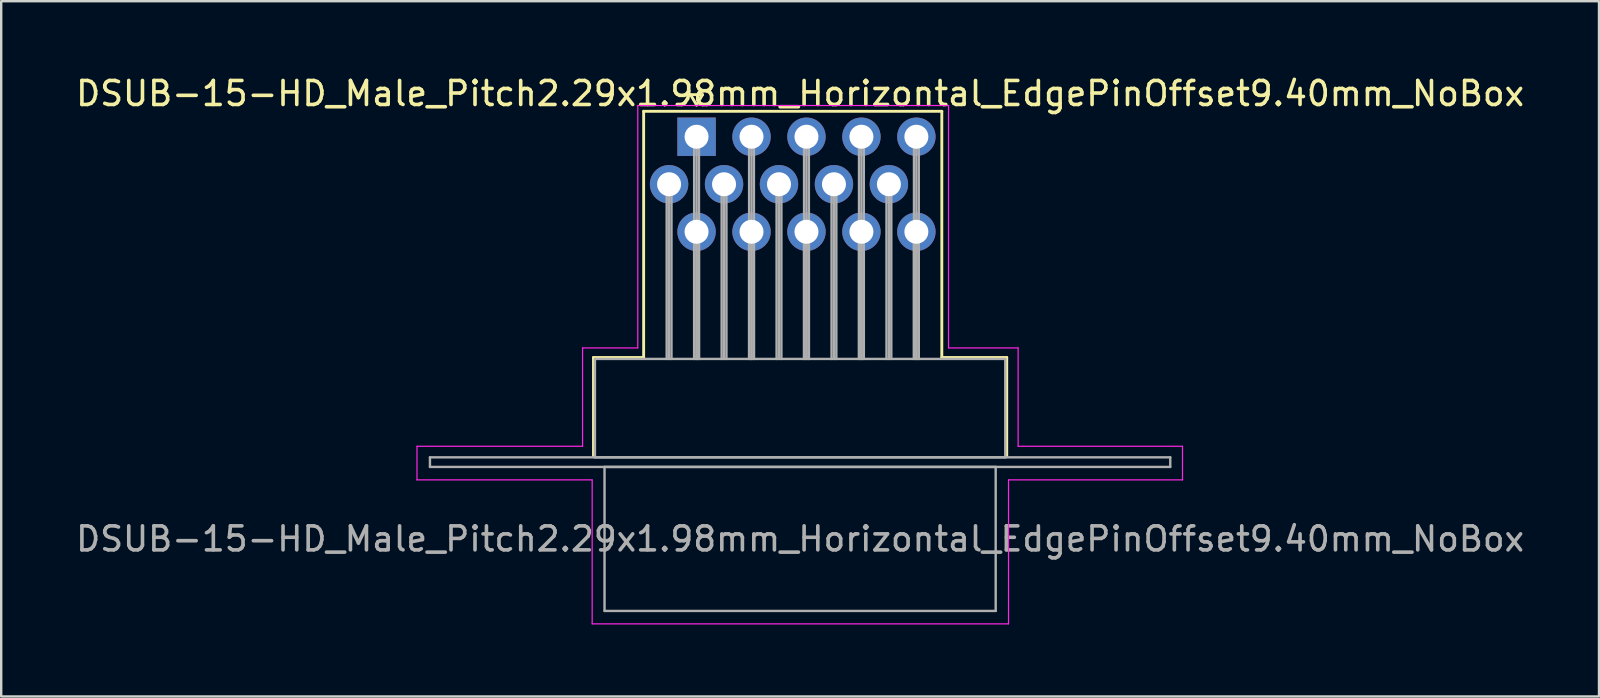
<source format=kicad_pcb>
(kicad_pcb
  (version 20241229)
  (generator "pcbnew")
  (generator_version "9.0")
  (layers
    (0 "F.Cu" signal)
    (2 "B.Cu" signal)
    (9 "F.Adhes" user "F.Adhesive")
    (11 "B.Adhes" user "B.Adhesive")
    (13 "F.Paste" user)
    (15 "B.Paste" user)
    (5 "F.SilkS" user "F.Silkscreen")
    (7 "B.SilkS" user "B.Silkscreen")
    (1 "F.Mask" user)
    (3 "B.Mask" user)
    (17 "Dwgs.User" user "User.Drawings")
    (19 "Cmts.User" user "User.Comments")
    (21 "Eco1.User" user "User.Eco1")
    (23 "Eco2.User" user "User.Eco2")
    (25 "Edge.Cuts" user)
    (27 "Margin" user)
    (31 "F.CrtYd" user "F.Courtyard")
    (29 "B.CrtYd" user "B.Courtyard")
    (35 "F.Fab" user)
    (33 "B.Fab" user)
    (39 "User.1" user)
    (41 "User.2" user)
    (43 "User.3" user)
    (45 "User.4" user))
  (footprint "DSUB-15-HD_Male_Pitch2.29x1.98mm_Horizontal_EdgePinOffset9.40mm_NoBox"
    (layer "F.Cu")
    (at 25.977 2.648)
    (property "Reference" "DSUB-15-HD_Male_Pitch2.29x1.98mm_Horizontal_EdgePinOffset9.40mm_NoBox" (at 4.315 -1.8 0) (layer "F.SilkS") (effects (font (size 1 1) (thickness 0.15))))
    (attr through_hole)
    (fp_line (start -4.295 9.2) (end -2.205 9.2) (stroke (width 0.12) (type solid)) (layer "F.SilkS"))
    (fp_line (start -4.295 13.3) (end -4.295 9.2) (stroke (width 0.12) (type solid)) (layer "F.SilkS"))
    (fp_line (start -2.205 -1.06) (end 10.22 -1.06) (stroke (width 0.12) (type solid)) (layer "F.SilkS"))
    (fp_line (start -2.205 9.2) (end -2.205 -1.06) (stroke (width 0.12) (type solid)) (layer "F.SilkS"))
    (fp_line (start -0.25 -1.754) (end 0.25 -1.754) (stroke (width 0.12) (type solid)) (layer "F.SilkS"))
    (fp_line (start 0 -1.321) (end -0.25 -1.754) (stroke (width 0.12) (type solid)) (layer "F.SilkS"))
    (fp_line (start 0.25 -1.754) (end 0 -1.321) (stroke (width 0.12) (type solid)) (layer "F.SilkS"))
    (fp_line (start 10.22 -1.06) (end 10.22 9.2) (stroke (width 0.12) (type solid)) (layer "F.SilkS"))
    (fp_line (start 10.22 9.2) (end 12.925 9.2) (stroke (width 0.12) (type solid)) (layer "F.SilkS"))
    (fp_line (start 12.925 9.2) (end 12.925 13.3) (stroke (width 0.12) (type solid)) (layer "F.SilkS"))
    (fp_line (start -11.65 12.9) (end -4.75 12.9) (stroke (width 0.05) (type solid)) (layer "F.CrtYd"))
    (fp_line (start -11.65 14.3) (end -11.65 12.9) (stroke (width 0.05) (type solid)) (layer "F.CrtYd"))
    (fp_line (start -4.75 8.8) (end -2.45 8.8) (stroke (width 0.05) (type solid)) (layer "F.CrtYd"))
    (fp_line (start -4.75 12.9) (end -4.75 8.8) (stroke (width 0.05) (type solid)) (layer "F.CrtYd"))
    (fp_line (start -4.35 14.3) (end -11.65 14.3) (stroke (width 0.05) (type solid)) (layer "F.CrtYd"))
    (fp_line (start -4.35 20.3) (end -4.35 14.3) (stroke (width 0.05) (type solid)) (layer "F.CrtYd"))
    (fp_line (start -2.45 -1.3) (end 10.5 -1.3) (stroke (width 0.05) (type solid)) (layer "F.CrtYd"))
    (fp_line (start -2.45 8.8) (end -2.45 -1.3) (stroke (width 0.05) (type solid)) (layer "F.CrtYd"))
    (fp_line (start 10.5 -1.3) (end 10.5 8.8) (stroke (width 0.05) (type solid)) (layer "F.CrtYd"))
    (fp_line (start 10.5 8.8) (end 13.4 8.8) (stroke (width 0.05) (type solid)) (layer "F.CrtYd"))
    (fp_line (start 13 14.3) (end 13 20.3) (stroke (width 0.05) (type solid)) (layer "F.CrtYd"))
    (fp_line (start 13 20.3) (end -4.35 20.3) (stroke (width 0.05) (type solid)) (layer "F.CrtYd"))
    (fp_line (start 13.4 8.8) (end 13.4 12.9) (stroke (width 0.05) (type solid)) (layer "F.CrtYd"))
    (fp_line (start 13.4 12.9) (end 20.25 12.9) (stroke (width 0.05) (type solid)) (layer "F.CrtYd"))
    (fp_line (start 20.25 12.9) (end 20.25 14.3) (stroke (width 0.05) (type solid)) (layer "F.CrtYd"))
    (fp_line (start 20.25 14.3) (end 13 14.3) (stroke (width 0.05) (type solid)) (layer "F.CrtYd"))
    (fp_line (start -11.11 13.36) (end -11.11 13.76) (stroke (width 0.1) (type solid)) (layer "F.Fab"))
    (fp_line (start -11.11 13.76) (end 19.74 13.76) (stroke (width 0.1) (type solid)) (layer "F.Fab"))
    (fp_line (start -4.235 9.26) (end -4.235 13.36) (stroke (width 0.1) (type solid)) (layer "F.Fab"))
    (fp_line (start -4.235 13.36) (end 12.865 13.36) (stroke (width 0.1) (type solid)) (layer "F.Fab"))
    (fp_line (start -3.835 13.76) (end -3.835 19.76) (stroke (width 0.1) (type solid)) (layer "F.Fab"))
    (fp_line (start -3.835 19.76) (end 12.465 19.76) (stroke (width 0.1) (type solid)) (layer "F.Fab"))
    (fp_line (start -1.245 1.98) (end -1.245 9.26) (stroke (width 0.1) (type solid)) (layer "F.Fab"))
    (fp_line (start -1.145 1.98) (end -1.145 9.26) (stroke (width 0.1) (type solid)) (layer "F.Fab"))
    (fp_line (start -1.045 1.98) (end -1.045 9.26) (stroke (width 0.1) (type solid)) (layer "F.Fab"))
    (fp_line (start -0.1 0) (end -0.1 9.26) (stroke (width 0.1) (type solid)) (layer "F.Fab"))
    (fp_line (start -0.1 3.96) (end -0.1 9.26) (stroke (width 0.1) (type solid)) (layer "F.Fab"))
    (fp_line (start 0 0) (end 0 9.26) (stroke (width 0.1) (type solid)) (layer "F.Fab"))
    (fp_line (start 0 3.96) (end 0 9.26) (stroke (width 0.1) (type solid)) (layer "F.Fab"))
    (fp_line (start 0.1 0) (end 0.1 9.26) (stroke (width 0.1) (type solid)) (layer "F.Fab"))
    (fp_line (start 0.1 3.96) (end 0.1 9.26) (stroke (width 0.1) (type solid)) (layer "F.Fab"))
    (fp_line (start 1.045 1.98) (end 1.045 9.26) (stroke (width 0.1) (type solid)) (layer "F.Fab"))
    (fp_line (start 1.145 1.98) (end 1.145 9.26) (stroke (width 0.1) (type solid)) (layer "F.Fab"))
    (fp_line (start 1.245 1.98) (end 1.245 9.26) (stroke (width 0.1) (type solid)) (layer "F.Fab"))
    (fp_line (start 2.19 0) (end 2.19 9.26) (stroke (width 0.1) (type solid)) (layer "F.Fab"))
    (fp_line (start 2.19 3.96) (end 2.19 9.26) (stroke (width 0.1) (type solid)) (layer "F.Fab"))
    (fp_line (start 2.29 0) (end 2.29 9.26) (stroke (width 0.1) (type solid)) (layer "F.Fab"))
    (fp_line (start 2.29 3.96) (end 2.29 9.26) (stroke (width 0.1) (type solid)) (layer "F.Fab"))
    (fp_line (start 2.39 0) (end 2.39 9.26) (stroke (width 0.1) (type solid)) (layer "F.Fab"))
    (fp_line (start 2.39 3.96) (end 2.39 9.26) (stroke (width 0.1) (type solid)) (layer "F.Fab"))
    (fp_line (start 3.335 1.98) (end 3.335 9.26) (stroke (width 0.1) (type solid)) (layer "F.Fab"))
    (fp_line (start 3.435 1.98) (end 3.435 9.26) (stroke (width 0.1) (type solid)) (layer "F.Fab"))
    (fp_line (start 3.535 1.98) (end 3.535 9.26) (stroke (width 0.1) (type solid)) (layer "F.Fab"))
    (fp_line (start 4.48 0) (end 4.48 9.26) (stroke (width 0.1) (type solid)) (layer "F.Fab"))
    (fp_line (start 4.48 3.96) (end 4.48 9.26) (stroke (width 0.1) (type solid)) (layer "F.Fab"))
    (fp_line (start 4.58 0) (end 4.58 9.26) (stroke (width 0.1) (type solid)) (layer "F.Fab"))
    (fp_line (start 4.58 3.96) (end 4.58 9.26) (stroke (width 0.1) (type solid)) (layer "F.Fab"))
    (fp_line (start 4.68 0) (end 4.68 9.26) (stroke (width 0.1) (type solid)) (layer "F.Fab"))
    (fp_line (start 4.68 3.96) (end 4.68 9.26) (stroke (width 0.1) (type solid)) (layer "F.Fab"))
    (fp_line (start 5.625 1.98) (end 5.625 9.26) (stroke (width 0.1) (type solid)) (layer "F.Fab"))
    (fp_line (start 5.725 1.98) (end 5.725 9.26) (stroke (width 0.1) (type solid)) (layer "F.Fab"))
    (fp_line (start 5.825 1.98) (end 5.825 9.26) (stroke (width 0.1) (type solid)) (layer "F.Fab"))
    (fp_line (start 6.77 0) (end 6.77 9.26) (stroke (width 0.1) (type solid)) (layer "F.Fab"))
    (fp_line (start 6.77 3.96) (end 6.77 9.26) (stroke (width 0.1) (type solid)) (layer "F.Fab"))
    (fp_line (start 6.87 0) (end 6.87 9.26) (stroke (width 0.1) (type solid)) (layer "F.Fab"))
    (fp_line (start 6.87 3.96) (end 6.87 9.26) (stroke (width 0.1) (type solid)) (layer "F.Fab"))
    (fp_line (start 6.97 0) (end 6.97 9.26) (stroke (width 0.1) (type solid)) (layer "F.Fab"))
    (fp_line (start 6.97 3.96) (end 6.97 9.26) (stroke (width 0.1) (type solid)) (layer "F.Fab"))
    (fp_line (start 7.915 1.98) (end 7.915 9.26) (stroke (width 0.1) (type solid)) (layer "F.Fab"))
    (fp_line (start 8.015 1.98) (end 8.015 9.26) (stroke (width 0.1) (type solid)) (layer "F.Fab"))
    (fp_line (start 8.115 1.98) (end 8.115 9.26) (stroke (width 0.1) (type solid)) (layer "F.Fab"))
    (fp_line (start 9.06 0) (end 9.06 9.26) (stroke (width 0.1) (type solid)) (layer "F.Fab"))
    (fp_line (start 9.06 3.96) (end 9.06 9.26) (stroke (width 0.1) (type solid)) (layer "F.Fab"))
    (fp_line (start 9.16 0) (end 9.16 9.26) (stroke (width 0.1) (type solid)) (layer "F.Fab"))
    (fp_line (start 9.16 3.96) (end 9.16 9.26) (stroke (width 0.1) (type solid)) (layer "F.Fab"))
    (fp_line (start 9.26 0) (end 9.26 9.26) (stroke (width 0.1) (type solid)) (layer "F.Fab"))
    (fp_line (start 9.26 3.96) (end 9.26 9.26) (stroke (width 0.1) (type solid)) (layer "F.Fab"))
    (fp_line (start 12.465 13.76) (end -3.835 13.76) (stroke (width 0.1) (type solid)) (layer "F.Fab"))
    (fp_line (start 12.465 19.76) (end 12.465 13.76) (stroke (width 0.1) (type solid)) (layer "F.Fab"))
    (fp_line (start 12.865 9.26) (end -4.235 9.26) (stroke (width 0.1) (type solid)) (layer "F.Fab"))
    (fp_line (start 12.865 13.36) (end 12.865 9.26) (stroke (width 0.1) (type solid)) (layer "F.Fab"))
    (fp_line (start 19.74 13.36) (end -11.11 13.36) (stroke (width 0.1) (type solid)) (layer "F.Fab"))
    (fp_line (start 19.74 13.76) (end 19.74 13.36) (stroke (width 0.1) (type solid)) (layer "F.Fab"))
    (fp_text user "${REFERENCE}" (at 4.315 16.76 0) (layer "F.Fab") (effects (font (size 1 1) (thickness 0.15))))
    (pad "1" thru_hole rect (at 0 0) (size 1.6 1.6) (drill 1) (layers "*.Cu" "*.Mask"))
    (pad "2" thru_hole circle (at 2.29 0) (size 1.6 1.6) (drill 1) (layers "*.Cu" "*.Mask"))
    (pad "3" thru_hole circle (at 4.58 0) (size 1.6 1.6) (drill 1) (layers "*.Cu" "*.Mask"))
    (pad "4" thru_hole circle (at 6.87 0) (size 1.6 1.6) (drill 1) (layers "*.Cu" "*.Mask"))
    (pad "5" thru_hole circle (at 9.16 0) (size 1.6 1.6) (drill 1) (layers "*.Cu" "*.Mask"))
    (pad "6" thru_hole circle (at -1.145 1.98) (size 1.6 1.6) (drill 1) (layers "*.Cu" "*.Mask"))
    (pad "7" thru_hole circle (at 1.145 1.98) (size 1.6 1.6) (drill 1) (layers "*.Cu" "*.Mask"))
    (pad "8" thru_hole circle (at 3.435 1.98) (size 1.6 1.6) (drill 1) (layers "*.Cu" "*.Mask"))
    (pad "9" thru_hole circle (at 5.725 1.98) (size 1.6 1.6) (drill 1) (layers "*.Cu" "*.Mask"))
    (pad "10" thru_hole circle (at 8.015 1.98) (size 1.6 1.6) (drill 1) (layers "*.Cu" "*.Mask"))
    (pad "11" thru_hole circle (at 0 3.96) (size 1.6 1.6) (drill 1) (layers "*.Cu" "*.Mask"))
    (pad "12" thru_hole circle (at 2.29 3.96) (size 1.6 1.6) (drill 1) (layers "*.Cu" "*.Mask"))
    (pad "13" thru_hole circle (at 4.58 3.96) (size 1.6 1.6) (drill 1) (layers "*.Cu" "*.Mask"))
    (pad "14" thru_hole circle (at 6.87 3.96) (size 1.6 1.6) (drill 1) (layers "*.Cu" "*.Mask"))
    (pad "15" thru_hole circle (at 9.16 3.96) (size 1.6 1.6) (drill 1) (layers "*.Cu" "*.Mask")))
  (gr_rect
    (start -3 -3)
    (end 63.583 25.973)
    (stroke (width 0.1) (type default))
    (fill no)
    (layer "Edge.Cuts")))
</source>
